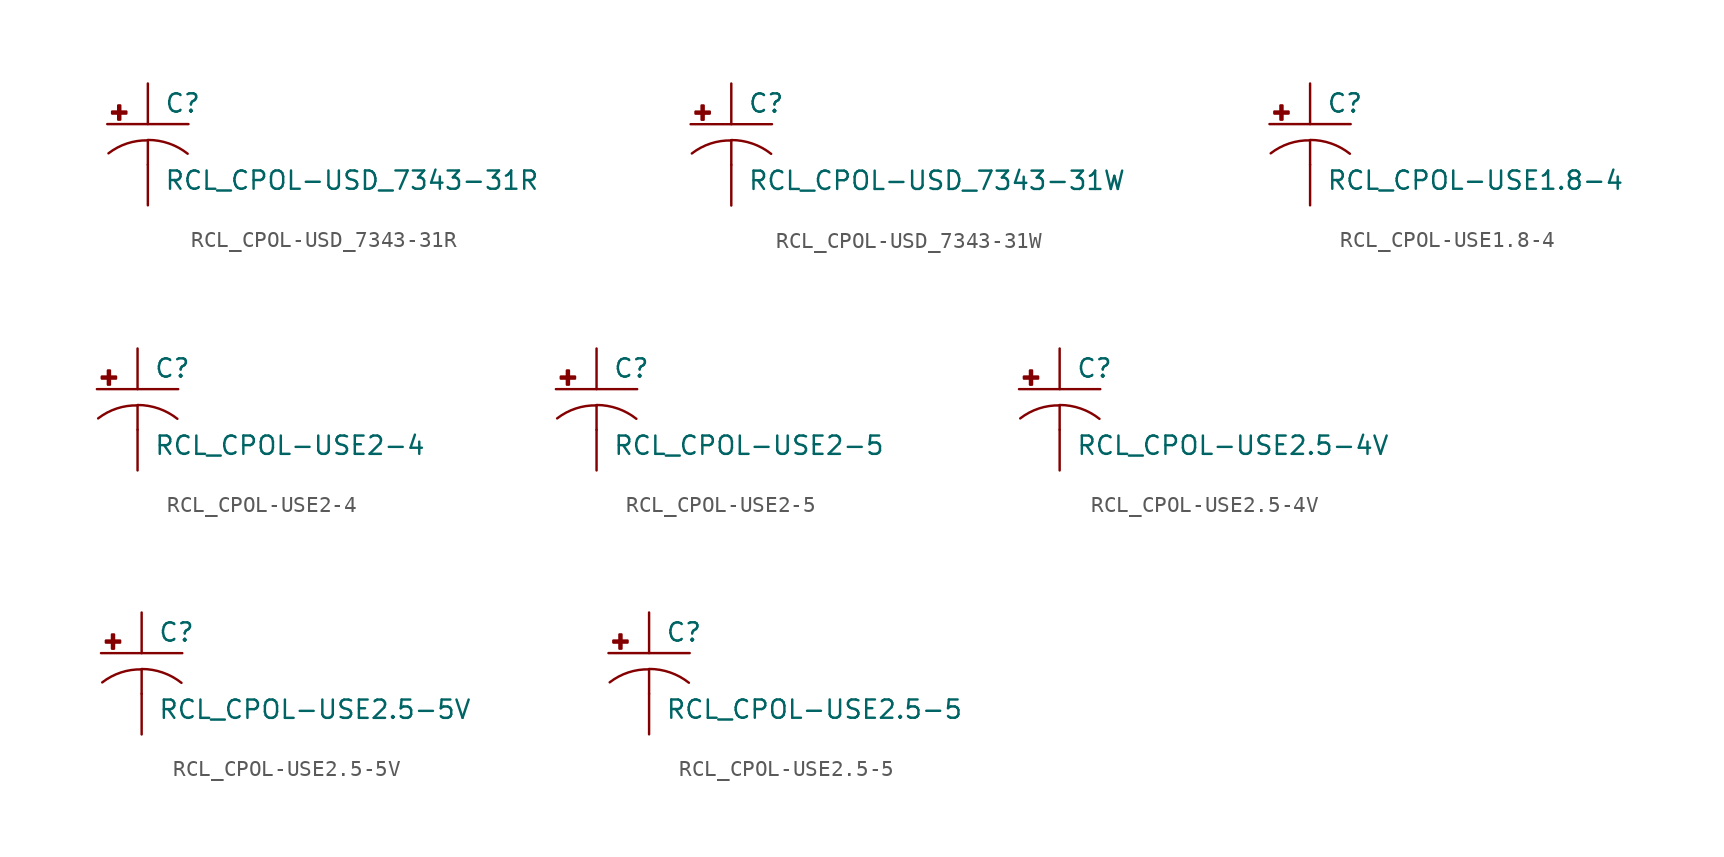
<source format=kicad_sym>
(kicad_symbol_lib
  (version 20210619)
  (generator kicad_symbol_editor)
  (symbol "RCL_CPOL-USD_7343-31R"
    (pin_numbers hide)
    (pin_names
      (offset 1.016) hide)
    (property "Reference" "C"
      (at 1.016 0.635 0)
      (effects (font (size 1.143 1.143)) (justify left bottom)))
    (property "Value" "RCL_CPOL-USD_7343-31R"
      (at 1.016 -4.191 0)
      (effects (font (size 1.143 1.143)) (justify left bottom)))
    (property "ki_locked" ""
      (at 0 0 0)
      (effects (font (size 1.27 1.27))))
    (symbol "RCL_CPOL-USD_7343-31R_1_0"
      (polyline (pts (xy -2.54 0) (xy 2.54 0)) (stroke (width 0)) (fill (type none)))
      (polyline (pts (xy 0 -1.016) (xy 0 -2.54)) (stroke (width 0)) (fill (type none)))
      (polyline (pts (xy 0 -1.016) (xy 0 -1.016)) (stroke (width 0)) (fill (type none))))
    (symbol "RCL_CPOL-USD_7343-31R_1_1"
      (arc (start 0 -1.016) (end -2.4638 -1.8288) (radius (at 0 -5.0546) (length 4.0386) (angles 90.1 127.3)) (stroke (width 0)) (fill (type none)))
      (arc (start 2.4892 -1.8542) (end 0 -0.9906) (radius (at 0 -5.0292) (length 4.0386) (angles 52.3 89.9)) (stroke (width 0)) (fill (type none)))
      (rectangle (start -2.235 0.66) (end -1.346 0.787) (stroke (width 0)) (fill (type outline)))
      (rectangle (start -1.854 0.279) (end -1.727 1.168) (stroke (width 0)) (fill (type outline)))
      (pin passive line (at 0 2.54 270) (length 2.54) (name "+" (effects (font (size 1.016 1.016)))) (number "+" (effects (font (size 1.016 1.016)))))
      (pin passive line (at 0 -5.08 90) (length 2.54) (name "-" (effects (font (size 1.016 1.016)))) (number "-" (effects (font (size 1.016 1.016)))))))
  (symbol "RCL_CPOL-USD_7343-31W"
    (pin_numbers hide)
    (pin_names
      (offset 1.016) hide)
    (property "Reference" "C"
      (at 1.016 0.635 0)
      (effects (font (size 1.143 1.143)) (justify left bottom)))
    (property "Value" "RCL_CPOL-USD_7343-31W"
      (at 1.016 -4.191 0)
      (effects (font (size 1.143 1.143)) (justify left bottom)))
    (property "ki_locked" ""
      (at 0 0 0)
      (effects (font (size 1.27 1.27))))
    (symbol "RCL_CPOL-USD_7343-31W_1_0"
      (polyline (pts (xy -2.54 0) (xy 2.54 0)) (stroke (width 0)) (fill (type none)))
      (polyline (pts (xy 0 -1.016) (xy 0 -2.54)) (stroke (width 0)) (fill (type none)))
      (polyline (pts (xy 0 -1.016) (xy 0 -1.016)) (stroke (width 0)) (fill (type none))))
    (symbol "RCL_CPOL-USD_7343-31W_1_1"
      (arc (start 0 -1.016) (end -2.4638 -1.8288) (radius (at 0 -5.0546) (length 4.0386) (angles 90.1 127.3)) (stroke (width 0)) (fill (type none)))
      (arc (start 2.4892 -1.8542) (end 0 -0.9906) (radius (at 0 -5.0292) (length 4.0386) (angles 52.3 89.9)) (stroke (width 0)) (fill (type none)))
      (rectangle (start -2.235 0.66) (end -1.346 0.787) (stroke (width 0)) (fill (type outline)))
      (rectangle (start -1.854 0.279) (end -1.727 1.168) (stroke (width 0)) (fill (type outline)))
      (pin passive line (at 0 2.54 270) (length 2.54) (name "+" (effects (font (size 1.016 1.016)))) (number "+" (effects (font (size 1.016 1.016)))))
      (pin passive line (at 0 -5.08 90) (length 2.54) (name "-" (effects (font (size 1.016 1.016)))) (number "-" (effects (font (size 1.016 1.016)))))))
  (symbol "RCL_CPOL-USE1.8-4"
    (pin_numbers hide)
    (pin_names
      (offset 1.016) hide)
    (property "Reference" "C"
      (at 1.016 0.635 0)
      (effects (font (size 1.143 1.143)) (justify left bottom)))
    (property "Value" "RCL_CPOL-USE1.8-4"
      (at 1.016 -4.191 0)
      (effects (font (size 1.143 1.143)) (justify left bottom)))
    (property "ki_locked" ""
      (at 0 0 0)
      (effects (font (size 1.27 1.27))))
    (symbol "RCL_CPOL-USE1.8-4_1_0"
      (polyline (pts (xy -2.54 0) (xy 2.54 0)) (stroke (width 0)) (fill (type none)))
      (polyline (pts (xy 0 -1.016) (xy 0 -2.54)) (stroke (width 0)) (fill (type none)))
      (polyline (pts (xy 0 -1.016) (xy 0 -1.016)) (stroke (width 0)) (fill (type none))))
    (symbol "RCL_CPOL-USE1.8-4_1_1"
      (arc (start 0 -1.016) (end -2.4638 -1.8288) (radius (at 0 -5.0546) (length 4.0386) (angles 90.1 127.3)) (stroke (width 0)) (fill (type none)))
      (arc (start 2.4892 -1.8542) (end 0 -0.9906) (radius (at 0 -5.0292) (length 4.0386) (angles 52.3 89.9)) (stroke (width 0)) (fill (type none)))
      (rectangle (start -2.235 0.66) (end -1.346 0.787) (stroke (width 0)) (fill (type outline)))
      (rectangle (start -1.854 0.279) (end -1.727 1.168) (stroke (width 0)) (fill (type outline)))
      (pin passive line (at 0 2.54 270) (length 2.54) (name "+" (effects (font (size 1.016 1.016)))) (number "+" (effects (font (size 1.016 1.016)))))
      (pin passive line (at 0 -5.08 90) (length 2.54) (name "-" (effects (font (size 1.016 1.016)))) (number "-" (effects (font (size 1.016 1.016)))))))
  (symbol "RCL_CPOL-USE2-4"
    (pin_numbers hide)
    (pin_names
      (offset 1.016) hide)
    (property "Reference" "C"
      (at 1.016 0.635 0)
      (effects (font (size 1.143 1.143)) (justify left bottom)))
    (property "Value" "RCL_CPOL-USE2-4"
      (at 1.016 -4.191 0)
      (effects (font (size 1.143 1.143)) (justify left bottom)))
    (property "ki_locked" ""
      (at 0 0 0)
      (effects (font (size 1.27 1.27))))
    (symbol "RCL_CPOL-USE2-4_1_0"
      (polyline (pts (xy -2.54 0) (xy 2.54 0)) (stroke (width 0)) (fill (type none)))
      (polyline (pts (xy 0 -1.016) (xy 0 -2.54)) (stroke (width 0)) (fill (type none)))
      (polyline (pts (xy 0 -1.016) (xy 0 -1.016)) (stroke (width 0)) (fill (type none))))
    (symbol "RCL_CPOL-USE2-4_1_1"
      (arc (start 0 -1.016) (end -2.4638 -1.8288) (radius (at 0 -5.0546) (length 4.0386) (angles 90.1 127.3)) (stroke (width 0)) (fill (type none)))
      (arc (start 2.4892 -1.8542) (end 0 -0.9906) (radius (at 0 -5.0292) (length 4.0386) (angles 52.3 89.9)) (stroke (width 0)) (fill (type none)))
      (rectangle (start -2.235 0.66) (end -1.346 0.787) (stroke (width 0)) (fill (type outline)))
      (rectangle (start -1.854 0.279) (end -1.727 1.168) (stroke (width 0)) (fill (type outline)))
      (pin passive line (at 0 2.54 270) (length 2.54) (name "+" (effects (font (size 1.016 1.016)))) (number "+" (effects (font (size 1.016 1.016)))))
      (pin passive line (at 0 -5.08 90) (length 2.54) (name "-" (effects (font (size 1.016 1.016)))) (number "-" (effects (font (size 1.016 1.016)))))))
  (symbol "RCL_CPOL-USE2-5"
    (pin_numbers hide)
    (pin_names
      (offset 1.016) hide)
    (property "Reference" "C"
      (at 1.016 0.635 0)
      (effects (font (size 1.143 1.143)) (justify left bottom)))
    (property "Value" "RCL_CPOL-USE2-5"
      (at 1.016 -4.191 0)
      (effects (font (size 1.143 1.143)) (justify left bottom)))
    (property "ki_locked" ""
      (at 0 0 0)
      (effects (font (size 1.27 1.27))))
    (symbol "RCL_CPOL-USE2-5_1_0"
      (polyline (pts (xy -2.54 0) (xy 2.54 0)) (stroke (width 0)) (fill (type none)))
      (polyline (pts (xy 0 -1.016) (xy 0 -2.54)) (stroke (width 0)) (fill (type none)))
      (polyline (pts (xy 0 -1.016) (xy 0 -1.016)) (stroke (width 0)) (fill (type none))))
    (symbol "RCL_CPOL-USE2-5_1_1"
      (arc (start 0 -1.016) (end -2.4638 -1.8288) (radius (at 0 -5.0546) (length 4.0386) (angles 90.1 127.3)) (stroke (width 0)) (fill (type none)))
      (arc (start 2.4892 -1.8542) (end 0 -0.9906) (radius (at 0 -5.0292) (length 4.0386) (angles 52.3 89.9)) (stroke (width 0)) (fill (type none)))
      (rectangle (start -2.235 0.66) (end -1.346 0.787) (stroke (width 0)) (fill (type outline)))
      (rectangle (start -1.854 0.279) (end -1.727 1.168) (stroke (width 0)) (fill (type outline)))
      (pin passive line (at 0 2.54 270) (length 2.54) (name "+" (effects (font (size 1.016 1.016)))) (number "+" (effects (font (size 1.016 1.016)))))
      (pin passive line (at 0 -5.08 90) (length 2.54) (name "-" (effects (font (size 1.016 1.016)))) (number "-" (effects (font (size 1.016 1.016)))))))
  (symbol "RCL_CPOL-USE2.5-4V"
    (pin_numbers hide)
    (pin_names
      (offset 1.016) hide)
    (property "Reference" "C"
      (at 1.016 0.635 0)
      (effects (font (size 1.143 1.143)) (justify left bottom)))
    (property "Value" "RCL_CPOL-USE2.5-4V"
      (at 1.016 -4.191 0)
      (effects (font (size 1.143 1.143)) (justify left bottom)))
    (property "ki_locked" ""
      (at 0 0 0)
      (effects (font (size 1.27 1.27))))
    (symbol "RCL_CPOL-USE2.5-4V_1_0"
      (polyline (pts (xy -2.54 0) (xy 2.54 0)) (stroke (width 0)) (fill (type none)))
      (polyline (pts (xy 0 -1.016) (xy 0 -2.54)) (stroke (width 0)) (fill (type none)))
      (polyline (pts (xy 0 -1.016) (xy 0 -1.016)) (stroke (width 0)) (fill (type none))))
    (symbol "RCL_CPOL-USE2.5-4V_1_1"
      (arc (start 0 -1.016) (end -2.4638 -1.8288) (radius (at 0 -5.0546) (length 4.0386) (angles 90.1 127.3)) (stroke (width 0)) (fill (type none)))
      (arc (start 2.4892 -1.8542) (end 0 -0.9906) (radius (at 0 -5.0292) (length 4.0386) (angles 52.3 89.9)) (stroke (width 0)) (fill (type none)))
      (rectangle (start -2.235 0.66) (end -1.346 0.787) (stroke (width 0)) (fill (type outline)))
      (rectangle (start -1.854 0.279) (end -1.727 1.168) (stroke (width 0)) (fill (type outline)))
      (pin passive line (at 0 2.54 270) (length 2.54) (name "+" (effects (font (size 1.016 1.016)))) (number "+" (effects (font (size 1.016 1.016)))))
      (pin passive line (at 0 -5.08 90) (length 2.54) (name "-" (effects (font (size 1.016 1.016)))) (number "-" (effects (font (size 1.016 1.016)))))))
  (symbol "RCL_CPOL-USE2.5-5V"
    (pin_numbers hide)
    (pin_names
      (offset 1.016) hide)
    (property "Reference" "C"
      (at 1.016 0.635 0)
      (effects (font (size 1.143 1.143)) (justify left bottom)))
    (property "Value" "RCL_CPOL-USE2.5-5V"
      (at 1.016 -4.191 0)
      (effects (font (size 1.143 1.143)) (justify left bottom)))
    (property "ki_locked" ""
      (at 0 0 0)
      (effects (font (size 1.27 1.27))))
    (symbol "RCL_CPOL-USE2.5-5V_1_0"
      (polyline (pts (xy -2.54 0) (xy 2.54 0)) (stroke (width 0)) (fill (type none)))
      (polyline (pts (xy 0 -1.016) (xy 0 -2.54)) (stroke (width 0)) (fill (type none)))
      (polyline (pts (xy 0 -1.016) (xy 0 -1.016)) (stroke (width 0)) (fill (type none))))
    (symbol "RCL_CPOL-USE2.5-5V_1_1"
      (arc (start 0 -1.016) (end -2.4638 -1.8288) (radius (at 0 -5.0546) (length 4.0386) (angles 90.1 127.3)) (stroke (width 0)) (fill (type none)))
      (arc (start 2.4892 -1.8542) (end 0 -0.9906) (radius (at 0 -5.0292) (length 4.0386) (angles 52.3 89.9)) (stroke (width 0)) (fill (type none)))
      (rectangle (start -2.235 0.66) (end -1.346 0.787) (stroke (width 0)) (fill (type outline)))
      (rectangle (start -1.854 0.279) (end -1.727 1.168) (stroke (width 0)) (fill (type outline)))
      (pin passive line (at 0 2.54 270) (length 2.54) (name "+" (effects (font (size 1.016 1.016)))) (number "+" (effects (font (size 1.016 1.016)))))
      (pin passive line (at 0 -5.08 90) (length 2.54) (name "-" (effects (font (size 1.016 1.016)))) (number "-" (effects (font (size 1.016 1.016)))))))
  (symbol "RCL_CPOL-USE2.5-5"
    (pin_numbers hide)
    (pin_names
      (offset 1.016) hide)
    (property "Reference" "C"
      (at 1.016 0.635 0)
      (effects (font (size 1.143 1.143)) (justify left bottom)))
    (property "Value" "RCL_CPOL-USE2.5-5"
      (at 1.016 -4.191 0)
      (effects (font (size 1.143 1.143)) (justify left bottom)))
    (property "ki_locked" ""
      (at 0 0 0)
      (effects (font (size 1.27 1.27))))
    (symbol "RCL_CPOL-USE2.5-5_1_0"
      (polyline (pts (xy -2.54 0) (xy 2.54 0)) (stroke (width 0)) (fill (type none)))
      (polyline (pts (xy 0 -1.016) (xy 0 -2.54)) (stroke (width 0)) (fill (type none)))
      (polyline (pts (xy 0 -1.016) (xy 0 -1.016)) (stroke (width 0)) (fill (type none))))
    (symbol "RCL_CPOL-USE2.5-5_1_1"
      (arc (start 0 -1.016) (end -2.4638 -1.8288) (radius (at 0 -5.0546) (length 4.0386) (angles 90.1 127.3)) (stroke (width 0)) (fill (type none)))
      (arc (start 2.4892 -1.8542) (end 0 -0.9906) (radius (at 0 -5.0292) (length 4.0386) (angles 52.3 89.9)) (stroke (width 0)) (fill (type none)))
      (rectangle (start -2.235 0.66) (end -1.346 0.787) (stroke (width 0)) (fill (type outline)))
      (rectangle (start -1.854 0.279) (end -1.727 1.168) (stroke (width 0)) (fill (type outline)))
      (pin passive line (at 0 2.54 270) (length 2.54) (name "+" (effects (font (size 1.016 1.016)))) (number "+" (effects (font (size 1.016 1.016)))))
      (pin passive line (at 0 -5.08 90) (length 2.54) (name "-" (effects (font (size 1.016 1.016)))) (number "-" (effects (font (size 1.016 1.016))))))))
</source>
